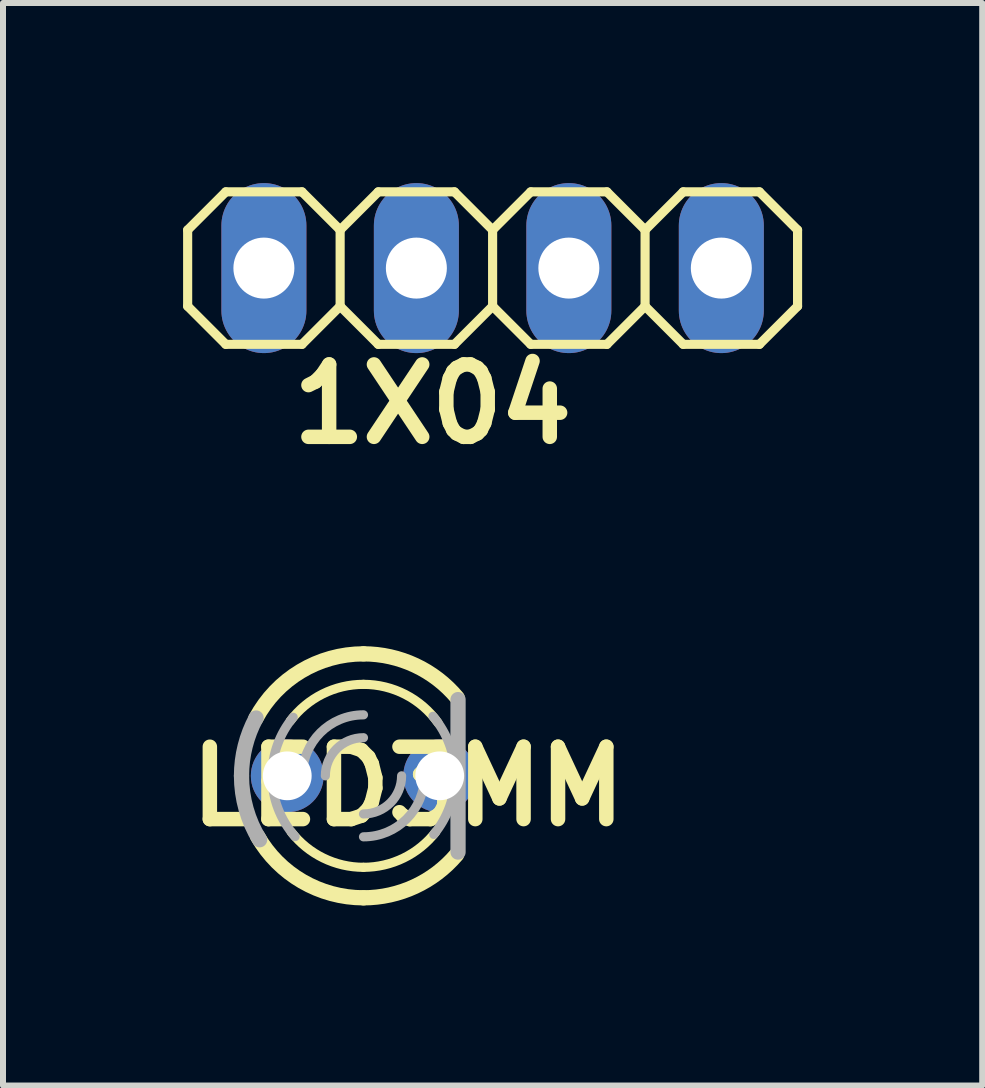
<source format=kicad_pcb>
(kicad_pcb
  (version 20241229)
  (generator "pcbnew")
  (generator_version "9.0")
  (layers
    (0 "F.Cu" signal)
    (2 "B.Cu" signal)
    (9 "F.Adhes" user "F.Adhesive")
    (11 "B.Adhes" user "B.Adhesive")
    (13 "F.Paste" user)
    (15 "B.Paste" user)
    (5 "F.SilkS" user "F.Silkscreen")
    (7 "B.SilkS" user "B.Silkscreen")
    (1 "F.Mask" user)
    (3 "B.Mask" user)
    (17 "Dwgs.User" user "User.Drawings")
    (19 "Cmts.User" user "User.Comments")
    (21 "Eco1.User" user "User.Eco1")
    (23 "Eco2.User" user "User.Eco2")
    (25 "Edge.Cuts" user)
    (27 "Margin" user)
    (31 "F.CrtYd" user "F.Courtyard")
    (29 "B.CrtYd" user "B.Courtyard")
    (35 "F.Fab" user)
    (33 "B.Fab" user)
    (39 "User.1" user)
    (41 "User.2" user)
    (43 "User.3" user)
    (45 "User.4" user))
  (footprint "LED3MM"
    (layer "F.Cu")
    (at 3.005 9.874)
    (property "Reference" "LED3MM" (at -3.005 0.881 0) (layer "F.SilkS") (effects (font (size 1.206 1.206) (thickness 0.241)) (justify left bottom)))
    (attr through_hole)
    (fp_arc (start -1.7929 -0.9562) (mid -1.045438 -1.7424) (end 0 -2.032) (stroke (width 0.254) (type solid)) (layer "F.SilkS"))
    (fp_arc (start -1.2192 -0.9144) (mid -0.681554 -1.363107) (end 0 -1.524) (stroke (width 0.1524) (type solid)) (layer "F.SilkS"))
    (fp_arc (start 0 -2.032) (mid 0.861864 -1.840173) (end 1.561 -1.3009) (stroke (width 0.254) (type solid)) (layer "F.SilkS"))
    (fp_arc (start 0 -1.524) (mid 0.697339 -1.355082) (end 1.2401 -0.885801) (stroke (width 0.1524) (type solid)) (layer "F.SilkS"))
    (fp_arc (start 0 1.524) (mid -0.669593 1.369018) (end -1.203 0.9356) (stroke (width 0.1524) (type solid)) (layer "F.SilkS"))
    (fp_arc (start 0 2.032) (mid -1.019924 1.757525) (end -1.7643 1.0082) (stroke (width 0.254) (type solid)) (layer "F.SilkS"))
    (fp_arc (start 1.203 0.9356) (mid 0.669593 1.369018) (end 0 1.524) (stroke (width 0.1524) (type solid)) (layer "F.SilkS"))
    (fp_arc (start 1.5512 1.3126) (mid 0.854953 1.843405) (end 0 2.032) (stroke (width 0.254) (type solid)) (layer "F.SilkS"))
    (fp_line (start 1.575 1.27) (end 1.575 -1.27) (stroke (width 0.254) (type solid)) (layer "F.Fab"))
    (fp_arc (start -2.032 0) (mid -1.970339 -0.496775) (end -1.7891 -0.9634) (stroke (width 0.254) (type solid)) (layer "F.Fab"))
    (fp_arc (start -1.7306 1.065) (mid -1.95521 0.553417) (end -2.032 0) (stroke (width 0.254) (type solid)) (layer "F.Fab"))
    (fp_arc (start -1.524 0) (mid -1.432981 -0.518783) (end -1.1708 -0.9756) (stroke (width 0.1524) (type solid)) (layer "F.Fab"))
    (fp_arc (start -1.1391 1.0125) (mid -1.42454 0.5416) (end -1.524 0) (stroke (width 0.1524) (type solid)) (layer "F.Fab"))
    (fp_arc (start -1.016 0) (mid -0.71842 -0.71842) (end 0 -1.016) (stroke (width 0.1524) (type solid)) (layer "F.Fab"))
    (fp_arc (start -0.635 0) (mid -0.449013 -0.449013) (end 0 -0.635) (stroke (width 0.1524) (type solid)) (layer "F.Fab"))
    (fp_arc (start 0.635 0) (mid 0.449013 0.449013) (end 0 0.635) (stroke (width 0.1524) (type solid)) (layer "F.Fab"))
    (fp_arc (start 1.016 0) (mid 0.71842 0.71842) (end 0 1.016) (stroke (width 0.1524) (type solid)) (layer "F.Fab"))
    (fp_arc (start 1.1571 -0.9918) (mid 1.429332 -0.528744) (end 1.524 0) (stroke (width 0.1524) (type solid)) (layer "F.Fab"))
    (fp_arc (start 1.524 0) (mid 1.432981 0.518783) (end 1.1708 0.9756) (stroke (width 0.1524) (type solid)) (layer "F.Fab"))
    (pad "A" thru_hole circle (at -1.27 0) (size 1.213 1.213) (drill 0.813) (layers "*.Cu" "*.Mask"))
    (pad "K" thru_hole circle (at 1.27 0) (size 1.213 1.213) (drill 0.813) (layers "*.Cu" "*.Mask")))
  (footprint "1X04"
    (layer "F.Cu")
    (at 5.156 1.416)
    (property "Reference" "1X04" (at -3.456 2.971 0) (layer "F.SilkS") (effects (font (size 1.206 1.206) (thickness 0.241)) (justify left bottom)))
    (attr through_hole)
    (fp_line (start -5.08 -0.635) (end -5.08 0.635) (stroke (width 0.152) (type solid)) (layer "F.SilkS"))
    (fp_line (start -5.08 0.635) (end -4.445 1.27) (stroke (width 0.152) (type solid)) (layer "F.SilkS"))
    (fp_line (start -4.445 -1.27) (end -5.08 -0.635) (stroke (width 0.152) (type solid)) (layer "F.SilkS"))
    (fp_line (start -4.445 -1.27) (end -3.175 -1.27) (stroke (width 0.152) (type solid)) (layer "F.SilkS"))
    (fp_line (start -3.175 -1.27) (end -2.54 -0.635) (stroke (width 0.152) (type solid)) (layer "F.SilkS"))
    (fp_line (start -3.175 1.27) (end -4.445 1.27) (stroke (width 0.152) (type solid)) (layer "F.SilkS"))
    (fp_line (start -2.54 -0.635) (end -2.54 0.635) (stroke (width 0.152) (type solid)) (layer "F.SilkS"))
    (fp_line (start -2.54 -0.635) (end -1.905 -1.27) (stroke (width 0.152) (type solid)) (layer "F.SilkS"))
    (fp_line (start -2.54 0.635) (end -3.175 1.27) (stroke (width 0.152) (type solid)) (layer "F.SilkS"))
    (fp_line (start -1.905 -1.27) (end -0.635 -1.27) (stroke (width 0.152) (type solid)) (layer "F.SilkS"))
    (fp_line (start -1.905 1.27) (end -2.54 0.635) (stroke (width 0.152) (type solid)) (layer "F.SilkS"))
    (fp_line (start -0.635 -1.27) (end 0 -0.635) (stroke (width 0.152) (type solid)) (layer "F.SilkS"))
    (fp_line (start -0.635 1.27) (end -1.905 1.27) (stroke (width 0.152) (type solid)) (layer "F.SilkS"))
    (fp_line (start 0 -0.635) (end 0 0.635) (stroke (width 0.152) (type solid)) (layer "F.SilkS"))
    (fp_line (start 0 -0.635) (end 0.635 -1.27) (stroke (width 0.152) (type solid)) (layer "F.SilkS"))
    (fp_line (start 0 0.635) (end -0.635 1.27) (stroke (width 0.152) (type solid)) (layer "F.SilkS"))
    (fp_line (start 0.635 -1.27) (end 1.905 -1.27) (stroke (width 0.152) (type solid)) (layer "F.SilkS"))
    (fp_line (start 0.635 1.27) (end 0 0.635) (stroke (width 0.152) (type solid)) (layer "F.SilkS"))
    (fp_line (start 1.905 -1.27) (end 2.54 -0.635) (stroke (width 0.152) (type solid)) (layer "F.SilkS"))
    (fp_line (start 1.905 1.27) (end 0.635 1.27) (stroke (width 0.152) (type solid)) (layer "F.SilkS"))
    (fp_line (start 2.54 -0.635) (end 2.54 0.635) (stroke (width 0.152) (type solid)) (layer "F.SilkS"))
    (fp_line (start 2.54 0.635) (end 1.905 1.27) (stroke (width 0.152) (type solid)) (layer "F.SilkS"))
    (fp_line (start 2.54 0.635) (end 3.175 1.27) (stroke (width 0.152) (type solid)) (layer "F.SilkS"))
    (fp_line (start 3.175 -1.27) (end 2.54 -0.635) (stroke (width 0.152) (type solid)) (layer "F.SilkS"))
    (fp_line (start 3.175 -1.27) (end 4.445 -1.27) (stroke (width 0.152) (type solid)) (layer "F.SilkS"))
    (fp_line (start 4.445 -1.27) (end 5.08 -0.635) (stroke (width 0.152) (type solid)) (layer "F.SilkS"))
    (fp_line (start 4.445 1.27) (end 3.175 1.27) (stroke (width 0.152) (type solid)) (layer "F.SilkS"))
    (fp_line (start 5.08 -0.635) (end 5.08 0.635) (stroke (width 0.152) (type solid)) (layer "F.SilkS"))
    (fp_line (start 5.08 0.635) (end 4.445 1.27) (stroke (width 0.152) (type solid)) (layer "F.SilkS"))
    (fp_poly (pts (xy -4.064 0.254) (xy -3.556 0.254) (xy -3.556 -0.254) (xy -4.064 -0.254)) (stroke (width 0.1) (type solid)) (fill no) (layer "F.Fab"))
    (fp_poly (pts (xy -1.524 0.254) (xy -1.016 0.254) (xy -1.016 -0.254) (xy -1.524 -0.254)) (stroke (width 0.1) (type solid)) (fill no) (layer "F.Fab"))
    (fp_poly (pts (xy 1.016 0.254) (xy 1.524 0.254) (xy 1.524 -0.254) (xy 1.016 -0.254)) (stroke (width 0.1) (type solid)) (fill no) (layer "F.Fab"))
    (fp_poly (pts (xy 3.556 0.254) (xy 4.064 0.254) (xy 4.064 -0.254) (xy 3.556 -0.254)) (stroke (width 0.1) (type solid)) (fill no) (layer "F.Fab"))
    (pad "1" thru_hole oval (at -3.81 0 90) (size 2.832 1.416) (drill 1.016) (layers "*.Cu" "*.Mask"))
    (pad "2" thru_hole oval (at -1.27 0 90) (size 2.832 1.416) (drill 1.016) (layers "*.Cu" "*.Mask"))
    (pad "3" thru_hole oval (at 1.27 0 90) (size 2.832 1.416) (drill 1.016) (layers "*.Cu" "*.Mask"))
    (pad "4" thru_hole oval (at 3.81 0 90) (size 2.832 1.416) (drill 1.016) (layers "*.Cu" "*.Mask")))
  (gr_rect
    (start -3 -3)
    (end 13.312 15.033)
    (stroke (width 0.1) (type default))
    (fill no)
    (layer "Edge.Cuts")))
</source>
